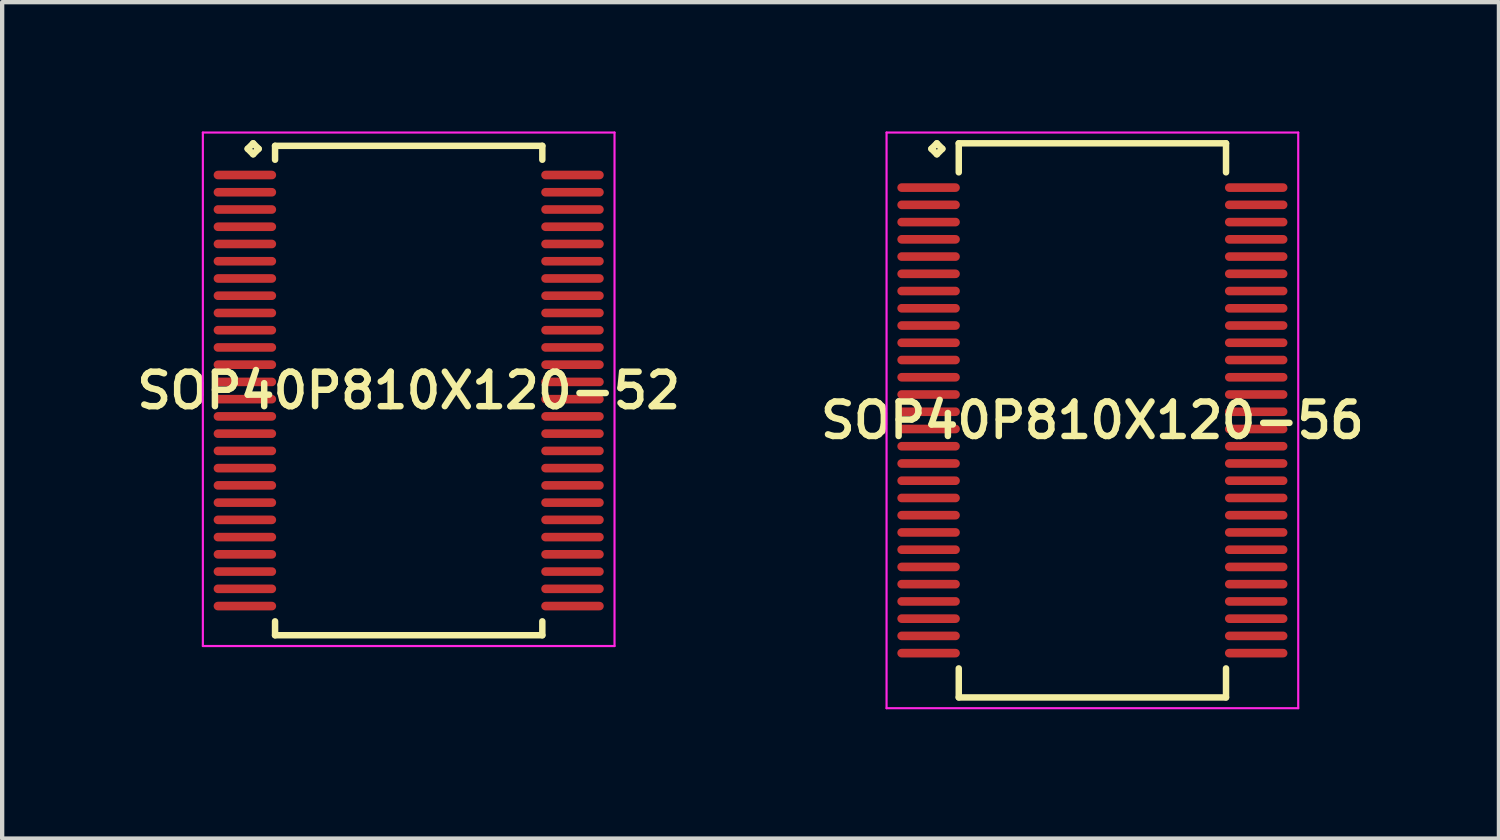
<source format=kicad_pcb>
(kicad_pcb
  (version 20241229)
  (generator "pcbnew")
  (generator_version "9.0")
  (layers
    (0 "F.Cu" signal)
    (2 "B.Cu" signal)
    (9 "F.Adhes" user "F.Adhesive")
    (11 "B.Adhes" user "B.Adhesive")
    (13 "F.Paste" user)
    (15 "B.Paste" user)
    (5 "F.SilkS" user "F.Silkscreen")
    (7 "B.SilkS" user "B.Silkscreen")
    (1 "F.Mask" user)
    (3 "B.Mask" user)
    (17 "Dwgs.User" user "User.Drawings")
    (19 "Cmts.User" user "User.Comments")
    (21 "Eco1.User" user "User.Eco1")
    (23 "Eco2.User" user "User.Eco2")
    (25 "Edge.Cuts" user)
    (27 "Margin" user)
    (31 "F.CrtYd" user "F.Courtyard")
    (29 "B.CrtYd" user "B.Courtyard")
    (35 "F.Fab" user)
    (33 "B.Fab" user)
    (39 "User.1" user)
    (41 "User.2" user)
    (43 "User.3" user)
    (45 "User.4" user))
  (footprint "SOP40P810X120-52"
    (layer "F.Cu")
    (at 6.431 6.01)
    (property "Reference" "SOP40P810X120-52" (at 0 0 0) (layer "F.SilkS") (effects (font (size 0.8 0.8) (thickness 0.15))))
    (attr smd)
    (fp_line (start -3.735 -5.608) (end -3.608 -5.735) (stroke (width 0.15) (type solid)) (layer "F.SilkS"))
    (fp_line (start -3.608 -5.735) (end -3.481 -5.608) (stroke (width 0.15) (type solid)) (layer "F.SilkS"))
    (fp_line (start -3.608 -5.481) (end -3.735 -5.608) (stroke (width 0.15) (type solid)) (layer "F.SilkS"))
    (fp_line (start -3.481 -5.608) (end -3.608 -5.481) (stroke (width 0.15) (type solid)) (layer "F.SilkS"))
    (fp_line (start -3.1 -5.677) (end 3.1 -5.677) (stroke (width 0.15) (type solid)) (layer "F.SilkS"))
    (fp_line (start -3.1 -5.354) (end -3.1 -5.677) (stroke (width 0.15) (type solid)) (layer "F.SilkS"))
    (fp_line (start -3.1 5.354) (end -3.1 5.677) (stroke (width 0.15) (type solid)) (layer "F.SilkS"))
    (fp_line (start -3.1 5.677) (end 3.1 5.677) (stroke (width 0.15) (type solid)) (layer "F.SilkS"))
    (fp_line (start 3.1 -5.677) (end 3.1 -5.354) (stroke (width 0.15) (type solid)) (layer "F.SilkS"))
    (fp_line (start 3.1 5.677) (end 3.1 5.354) (stroke (width 0.15) (type solid)) (layer "F.SilkS"))
    (fp_line (start -4.775 -5.985) (end 4.775 -5.985) (stroke (width 0.05) (type solid)) (layer "F.CrtYd"))
    (fp_line (start -4.775 5.927) (end -4.775 -5.985) (stroke (width 0.05) (type solid)) (layer "F.CrtYd"))
    (fp_line (start 4.775 -5.985) (end 4.775 5.927) (stroke (width 0.05) (type solid)) (layer "F.CrtYd"))
    (fp_line (start 4.775 5.927) (end -4.775 5.927) (stroke (width 0.05) (type solid)) (layer "F.CrtYd"))
    (pad "1" smd oval (at -3.8 -5) (size 1.45 0.2) (layers "F.Cu" "F.Mask" "F.Paste"))
    (pad "2" smd oval (at -3.8 -4.6) (size 1.45 0.2) (layers "F.Cu" "F.Mask" "F.Paste"))
    (pad "3" smd oval (at -3.8 -4.2) (size 1.45 0.2) (layers "F.Cu" "F.Mask" "F.Paste"))
    (pad "4" smd oval (at -3.8 -3.8) (size 1.45 0.2) (layers "F.Cu" "F.Mask" "F.Paste"))
    (pad "5" smd oval (at -3.8 -3.4) (size 1.45 0.2) (layers "F.Cu" "F.Mask" "F.Paste"))
    (pad "6" smd oval (at -3.8 -3) (size 1.45 0.2) (layers "F.Cu" "F.Mask" "F.Paste"))
    (pad "7" smd oval (at -3.8 -2.6) (size 1.45 0.2) (layers "F.Cu" "F.Mask" "F.Paste"))
    (pad "8" smd oval (at -3.8 -2.2) (size 1.45 0.2) (layers "F.Cu" "F.Mask" "F.Paste"))
    (pad "9" smd oval (at -3.8 -1.8) (size 1.45 0.2) (layers "F.Cu" "F.Mask" "F.Paste"))
    (pad "10" smd oval (at -3.8 -1.4) (size 1.45 0.2) (layers "F.Cu" "F.Mask" "F.Paste"))
    (pad "11" smd oval (at -3.8 -1) (size 1.45 0.2) (layers "F.Cu" "F.Mask" "F.Paste"))
    (pad "12" smd oval (at -3.8 -0.6) (size 1.45 0.2) (layers "F.Cu" "F.Mask" "F.Paste"))
    (pad "13" smd oval (at -3.8 -0.2) (size 1.45 0.2) (layers "F.Cu" "F.Mask" "F.Paste"))
    (pad "14" smd oval (at -3.8 0.2) (size 1.45 0.2) (layers "F.Cu" "F.Mask" "F.Paste"))
    (pad "15" smd oval (at -3.8 0.6) (size 1.45 0.2) (layers "F.Cu" "F.Mask" "F.Paste"))
    (pad "16" smd oval (at -3.8 1) (size 1.45 0.2) (layers "F.Cu" "F.Mask" "F.Paste"))
    (pad "17" smd oval (at -3.8 1.4) (size 1.45 0.2) (layers "F.Cu" "F.Mask" "F.Paste"))
    (pad "18" smd oval (at -3.8 1.8) (size 1.45 0.2) (layers "F.Cu" "F.Mask" "F.Paste"))
    (pad "19" smd oval (at -3.8 2.2) (size 1.45 0.2) (layers "F.Cu" "F.Mask" "F.Paste"))
    (pad "20" smd oval (at -3.8 2.6) (size 1.45 0.2) (layers "F.Cu" "F.Mask" "F.Paste"))
    (pad "21" smd oval (at -3.8 3) (size 1.45 0.2) (layers "F.Cu" "F.Mask" "F.Paste"))
    (pad "22" smd oval (at -3.8 3.4) (size 1.45 0.2) (layers "F.Cu" "F.Mask" "F.Paste"))
    (pad "23" smd oval (at -3.8 3.8) (size 1.45 0.2) (layers "F.Cu" "F.Mask" "F.Paste"))
    (pad "24" smd oval (at -3.8 4.2) (size 1.45 0.2) (layers "F.Cu" "F.Mask" "F.Paste"))
    (pad "25" smd oval (at -3.8 4.6) (size 1.45 0.2) (layers "F.Cu" "F.Mask" "F.Paste"))
    (pad "26" smd oval (at -3.8 5) (size 1.45 0.2) (layers "F.Cu" "F.Mask" "F.Paste"))
    (pad "27" smd oval (at 3.8 5) (size 1.45 0.2) (layers "F.Cu" "F.Mask" "F.Paste"))
    (pad "28" smd oval (at 3.8 4.6) (size 1.45 0.2) (layers "F.Cu" "F.Mask" "F.Paste"))
    (pad "29" smd oval (at 3.8 4.2) (size 1.45 0.2) (layers "F.Cu" "F.Mask" "F.Paste"))
    (pad "30" smd oval (at 3.8 3.8) (size 1.45 0.2) (layers "F.Cu" "F.Mask" "F.Paste"))
    (pad "31" smd oval (at 3.8 3.4) (size 1.45 0.2) (layers "F.Cu" "F.Mask" "F.Paste"))
    (pad "32" smd oval (at 3.8 3) (size 1.45 0.2) (layers "F.Cu" "F.Mask" "F.Paste"))
    (pad "33" smd oval (at 3.8 2.6) (size 1.45 0.2) (layers "F.Cu" "F.Mask" "F.Paste"))
    (pad "34" smd oval (at 3.8 2.2) (size 1.45 0.2) (layers "F.Cu" "F.Mask" "F.Paste"))
    (pad "35" smd oval (at 3.8 1.8) (size 1.45 0.2) (layers "F.Cu" "F.Mask" "F.Paste"))
    (pad "36" smd oval (at 3.8 1.4) (size 1.45 0.2) (layers "F.Cu" "F.Mask" "F.Paste"))
    (pad "37" smd oval (at 3.8 1) (size 1.45 0.2) (layers "F.Cu" "F.Mask" "F.Paste"))
    (pad "38" smd oval (at 3.8 0.6) (size 1.45 0.2) (layers "F.Cu" "F.Mask" "F.Paste"))
    (pad "39" smd oval (at 3.8 0.2) (size 1.45 0.2) (layers "F.Cu" "F.Mask" "F.Paste"))
    (pad "40" smd oval (at 3.8 -0.2) (size 1.45 0.2) (layers "F.Cu" "F.Mask" "F.Paste"))
    (pad "41" smd oval (at 3.8 -0.6) (size 1.45 0.2) (layers "F.Cu" "F.Mask" "F.Paste"))
    (pad "42" smd oval (at 3.8 -1) (size 1.45 0.2) (layers "F.Cu" "F.Mask" "F.Paste"))
    (pad "43" smd oval (at 3.8 -1.4) (size 1.45 0.2) (layers "F.Cu" "F.Mask" "F.Paste"))
    (pad "44" smd oval (at 3.8 -1.8) (size 1.45 0.2) (layers "F.Cu" "F.Mask" "F.Paste"))
    (pad "45" smd oval (at 3.8 -2.2) (size 1.45 0.2) (layers "F.Cu" "F.Mask" "F.Paste"))
    (pad "46" smd oval (at 3.8 -2.6) (size 1.45 0.2) (layers "F.Cu" "F.Mask" "F.Paste"))
    (pad "47" smd oval (at 3.8 -3) (size 1.45 0.2) (layers "F.Cu" "F.Mask" "F.Paste"))
    (pad "48" smd oval (at 3.8 -3.4) (size 1.45 0.2) (layers "F.Cu" "F.Mask" "F.Paste"))
    (pad "49" smd oval (at 3.8 -3.8) (size 1.45 0.2) (layers "F.Cu" "F.Mask" "F.Paste"))
    (pad "50" smd oval (at 3.8 -4.2) (size 1.45 0.2) (layers "F.Cu" "F.Mask" "F.Paste"))
    (pad "51" smd oval (at 3.8 -4.6) (size 1.45 0.2) (layers "F.Cu" "F.Mask" "F.Paste"))
    (pad "52" smd oval (at 3.8 -5) (size 1.45 0.2) (layers "F.Cu" "F.Mask" "F.Paste")))
  (footprint "SOP40P810X120-56"
    (layer "F.Cu")
    (at 22.292 6.702)
    (property "Reference" "SOP40P810X120-56" (at 0 0 0) (layer "F.SilkS") (effects (font (size 0.8 0.8) (thickness 0.15))))
    (attr smd)
    (fp_line (start -3.735 -6.3) (end -3.608 -6.427) (stroke (width 0.15) (type solid)) (layer "F.SilkS"))
    (fp_line (start -3.608 -6.427) (end -3.481 -6.3) (stroke (width 0.15) (type solid)) (layer "F.SilkS"))
    (fp_line (start -3.608 -6.173) (end -3.735 -6.3) (stroke (width 0.15) (type solid)) (layer "F.SilkS"))
    (fp_line (start -3.481 -6.3) (end -3.608 -6.173) (stroke (width 0.15) (type solid)) (layer "F.SilkS"))
    (fp_line (start -3.1 -6.427) (end 3.1 -6.427) (stroke (width 0.15) (type solid)) (layer "F.SilkS"))
    (fp_line (start -3.1 -5.754) (end -3.1 -6.427) (stroke (width 0.15) (type solid)) (layer "F.SilkS"))
    (fp_line (start -3.1 5.754) (end -3.1 6.427) (stroke (width 0.15) (type solid)) (layer "F.SilkS"))
    (fp_line (start -3.1 6.427) (end 3.1 6.427) (stroke (width 0.15) (type solid)) (layer "F.SilkS"))
    (fp_line (start 3.1 -6.427) (end 3.1 -5.754) (stroke (width 0.15) (type solid)) (layer "F.SilkS"))
    (fp_line (start 3.1 6.427) (end 3.1 5.754) (stroke (width 0.15) (type solid)) (layer "F.SilkS"))
    (fp_line (start -4.775 -6.677) (end 4.775 -6.677) (stroke (width 0.05) (type solid)) (layer "F.CrtYd"))
    (fp_line (start -4.775 6.677) (end -4.775 -6.677) (stroke (width 0.05) (type solid)) (layer "F.CrtYd"))
    (fp_line (start 4.775 -6.677) (end 4.775 6.677) (stroke (width 0.05) (type solid)) (layer "F.CrtYd"))
    (fp_line (start 4.775 6.677) (end -4.775 6.677) (stroke (width 0.05) (type solid)) (layer "F.CrtYd"))
    (pad "1" smd oval (at -3.8 -5.4) (size 1.45 0.2) (layers "F.Cu" "F.Mask" "F.Paste"))
    (pad "2" smd oval (at -3.8 -5) (size 1.45 0.2) (layers "F.Cu" "F.Mask" "F.Paste"))
    (pad "3" smd oval (at -3.8 -4.6) (size 1.45 0.2) (layers "F.Cu" "F.Mask" "F.Paste"))
    (pad "4" smd oval (at -3.8 -4.2) (size 1.45 0.2) (layers "F.Cu" "F.Mask" "F.Paste"))
    (pad "5" smd oval (at -3.8 -3.8) (size 1.45 0.2) (layers "F.Cu" "F.Mask" "F.Paste"))
    (pad "6" smd oval (at -3.8 -3.4) (size 1.45 0.2) (layers "F.Cu" "F.Mask" "F.Paste"))
    (pad "7" smd oval (at -3.8 -3) (size 1.45 0.2) (layers "F.Cu" "F.Mask" "F.Paste"))
    (pad "8" smd oval (at -3.8 -2.6) (size 1.45 0.2) (layers "F.Cu" "F.Mask" "F.Paste"))
    (pad "9" smd oval (at -3.8 -2.2) (size 1.45 0.2) (layers "F.Cu" "F.Mask" "F.Paste"))
    (pad "10" smd oval (at -3.8 -1.8) (size 1.45 0.2) (layers "F.Cu" "F.Mask" "F.Paste"))
    (pad "11" smd oval (at -3.8 -1.4) (size 1.45 0.2) (layers "F.Cu" "F.Mask" "F.Paste"))
    (pad "12" smd oval (at -3.8 -1) (size 1.45 0.2) (layers "F.Cu" "F.Mask" "F.Paste"))
    (pad "13" smd oval (at -3.8 -0.6) (size 1.45 0.2) (layers "F.Cu" "F.Mask" "F.Paste"))
    (pad "14" smd oval (at -3.8 -0.2) (size 1.45 0.2) (layers "F.Cu" "F.Mask" "F.Paste"))
    (pad "15" smd oval (at -3.8 0.2) (size 1.45 0.2) (layers "F.Cu" "F.Mask" "F.Paste"))
    (pad "16" smd oval (at -3.8 0.6) (size 1.45 0.2) (layers "F.Cu" "F.Mask" "F.Paste"))
    (pad "17" smd oval (at -3.8 1) (size 1.45 0.2) (layers "F.Cu" "F.Mask" "F.Paste"))
    (pad "18" smd oval (at -3.8 1.4) (size 1.45 0.2) (layers "F.Cu" "F.Mask" "F.Paste"))
    (pad "19" smd oval (at -3.8 1.8) (size 1.45 0.2) (layers "F.Cu" "F.Mask" "F.Paste"))
    (pad "20" smd oval (at -3.8 2.2) (size 1.45 0.2) (layers "F.Cu" "F.Mask" "F.Paste"))
    (pad "21" smd oval (at -3.8 2.6) (size 1.45 0.2) (layers "F.Cu" "F.Mask" "F.Paste"))
    (pad "22" smd oval (at -3.8 3) (size 1.45 0.2) (layers "F.Cu" "F.Mask" "F.Paste"))
    (pad "23" smd oval (at -3.8 3.4) (size 1.45 0.2) (layers "F.Cu" "F.Mask" "F.Paste"))
    (pad "24" smd oval (at -3.8 3.8) (size 1.45 0.2) (layers "F.Cu" "F.Mask" "F.Paste"))
    (pad "25" smd oval (at -3.8 4.2) (size 1.45 0.2) (layers "F.Cu" "F.Mask" "F.Paste"))
    (pad "26" smd oval (at -3.8 4.6) (size 1.45 0.2) (layers "F.Cu" "F.Mask" "F.Paste"))
    (pad "27" smd oval (at -3.8 5) (size 1.45 0.2) (layers "F.Cu" "F.Mask" "F.Paste"))
    (pad "28" smd oval (at -3.8 5.4) (size 1.45 0.2) (layers "F.Cu" "F.Mask" "F.Paste"))
    (pad "29" smd oval (at 3.8 5.4) (size 1.45 0.2) (layers "F.Cu" "F.Mask" "F.Paste"))
    (pad "30" smd oval (at 3.8 5) (size 1.45 0.2) (layers "F.Cu" "F.Mask" "F.Paste"))
    (pad "31" smd oval (at 3.8 4.6) (size 1.45 0.2) (layers "F.Cu" "F.Mask" "F.Paste"))
    (pad "32" smd oval (at 3.8 4.2) (size 1.45 0.2) (layers "F.Cu" "F.Mask" "F.Paste"))
    (pad "33" smd oval (at 3.8 3.8) (size 1.45 0.2) (layers "F.Cu" "F.Mask" "F.Paste"))
    (pad "34" smd oval (at 3.8 3.4) (size 1.45 0.2) (layers "F.Cu" "F.Mask" "F.Paste"))
    (pad "35" smd oval (at 3.8 3) (size 1.45 0.2) (layers "F.Cu" "F.Mask" "F.Paste"))
    (pad "36" smd oval (at 3.8 2.6) (size 1.45 0.2) (layers "F.Cu" "F.Mask" "F.Paste"))
    (pad "37" smd oval (at 3.8 2.2) (size 1.45 0.2) (layers "F.Cu" "F.Mask" "F.Paste"))
    (pad "38" smd oval (at 3.8 1.8) (size 1.45 0.2) (layers "F.Cu" "F.Mask" "F.Paste"))
    (pad "39" smd oval (at 3.8 1.4) (size 1.45 0.2) (layers "F.Cu" "F.Mask" "F.Paste"))
    (pad "40" smd oval (at 3.8 1) (size 1.45 0.2) (layers "F.Cu" "F.Mask" "F.Paste"))
    (pad "41" smd oval (at 3.8 0.6) (size 1.45 0.2) (layers "F.Cu" "F.Mask" "F.Paste"))
    (pad "42" smd oval (at 3.8 0.2) (size 1.45 0.2) (layers "F.Cu" "F.Mask" "F.Paste"))
    (pad "43" smd oval (at 3.8 -0.2) (size 1.45 0.2) (layers "F.Cu" "F.Mask" "F.Paste"))
    (pad "44" smd oval (at 3.8 -0.6) (size 1.45 0.2) (layers "F.Cu" "F.Mask" "F.Paste"))
    (pad "45" smd oval (at 3.8 -1) (size 1.45 0.2) (layers "F.Cu" "F.Mask" "F.Paste"))
    (pad "46" smd oval (at 3.8 -1.4) (size 1.45 0.2) (layers "F.Cu" "F.Mask" "F.Paste"))
    (pad "47" smd oval (at 3.8 -1.8) (size 1.45 0.2) (layers "F.Cu" "F.Mask" "F.Paste"))
    (pad "48" smd oval (at 3.8 -2.2) (size 1.45 0.2) (layers "F.Cu" "F.Mask" "F.Paste"))
    (pad "49" smd oval (at 3.8 -2.6) (size 1.45 0.2) (layers "F.Cu" "F.Mask" "F.Paste"))
    (pad "50" smd oval (at 3.8 -3) (size 1.45 0.2) (layers "F.Cu" "F.Mask" "F.Paste"))
    (pad "51" smd oval (at 3.8 -3.4) (size 1.45 0.2) (layers "F.Cu" "F.Mask" "F.Paste"))
    (pad "52" smd oval (at 3.8 -3.8) (size 1.45 0.2) (layers "F.Cu" "F.Mask" "F.Paste"))
    (pad "53" smd oval (at 3.8 -4.2) (size 1.45 0.2) (layers "F.Cu" "F.Mask" "F.Paste"))
    (pad "54" smd oval (at 3.8 -4.6) (size 1.45 0.2) (layers "F.Cu" "F.Mask" "F.Paste"))
    (pad "55" smd oval (at 3.8 -5) (size 1.45 0.2) (layers "F.Cu" "F.Mask" "F.Paste"))
    (pad "56" smd oval (at 3.8 -5.4) (size 1.45 0.2) (layers "F.Cu" "F.Mask" "F.Paste")))
  (gr_rect
    (start -3 -3)
    (end 31.723 16.404)
    (stroke (width 0.1) (type default))
    (fill no)
    (layer "Edge.Cuts")))
</source>
